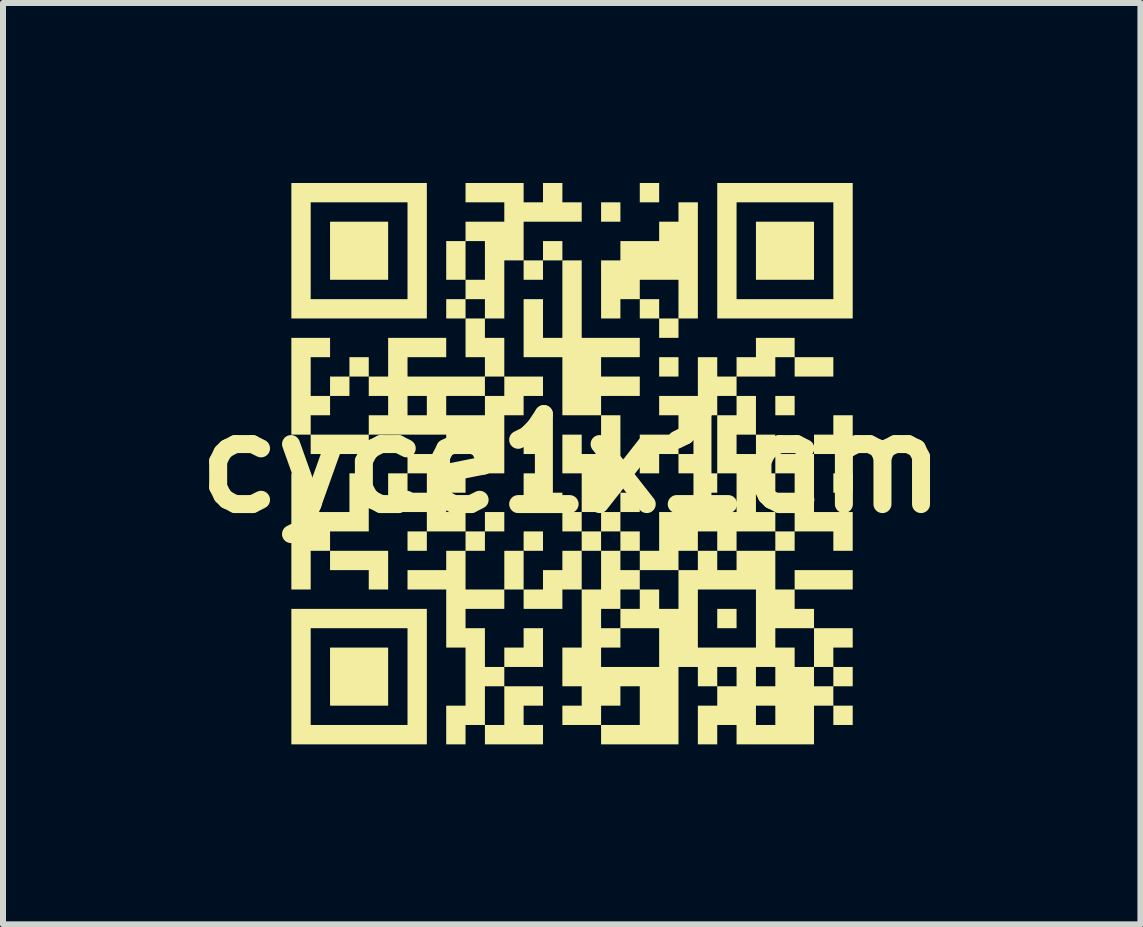
<source format=kicad_pcb>
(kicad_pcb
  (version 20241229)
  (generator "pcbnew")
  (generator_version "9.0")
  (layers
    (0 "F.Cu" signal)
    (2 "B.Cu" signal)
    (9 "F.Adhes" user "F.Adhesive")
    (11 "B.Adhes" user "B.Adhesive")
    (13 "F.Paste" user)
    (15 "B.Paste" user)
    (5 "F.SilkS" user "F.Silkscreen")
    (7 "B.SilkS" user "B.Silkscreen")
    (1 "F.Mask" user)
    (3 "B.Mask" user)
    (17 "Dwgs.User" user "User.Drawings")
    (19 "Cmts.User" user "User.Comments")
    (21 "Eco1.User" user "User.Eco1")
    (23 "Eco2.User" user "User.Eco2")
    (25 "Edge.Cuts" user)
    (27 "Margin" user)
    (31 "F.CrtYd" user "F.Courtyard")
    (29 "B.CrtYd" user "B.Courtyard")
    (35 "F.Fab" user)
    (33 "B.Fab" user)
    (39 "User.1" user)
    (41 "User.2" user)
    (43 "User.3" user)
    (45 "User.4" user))
  (footprint "cyce1x1cm"
    (layer "F.Cu")
    (at 6.479 4.673)
    (property "Reference" "cyce1x1cm" (at 0 0 0) (layer "F.SilkS") (effects (font (size 1.5 1.5) (thickness 0.3))))
    (attr board_only exclude_from_pos_files exclude_from_bom)
    (fp_poly (pts (xy -3.06 -3.544) (xy -3.06 -3.06) (xy -3.544 -3.06) (xy -4.028 -3.06) (xy -4.028 -3.544) (xy -4.028 -4.028) (xy -3.544 -4.028) (xy -3.06 -4.028)) (stroke (width 0) (type solid)) (fill yes) (layer "F.SilkS"))
    (fp_poly (pts (xy -3.06 3.554) (xy -3.06 4.038) (xy -3.544 4.038) (xy -4.028 4.038) (xy -4.028 3.554) (xy -4.028 3.07) (xy -3.544 3.07) (xy -3.06 3.07)) (stroke (width 0) (type solid)) (fill yes) (layer "F.SilkS"))
    (fp_poly (pts (xy -1.124 0.973) (xy -1.124 1.134) (xy -1.286 1.134) (xy -1.447 1.134) (xy -1.447 0.973) (xy -1.447 0.811) (xy -1.286 0.811) (xy -1.124 0.811)) (stroke (width 0) (type solid)) (fill yes) (layer "F.SilkS"))
    (fp_poly (pts (xy -0.479 -0.318) (xy -0.479 -0.156) (xy -0.64 -0.156) (xy -0.802 -0.156) (xy -0.802 -0.318) (xy -0.802 -0.479) (xy -0.64 -0.479) (xy -0.479 -0.479)) (stroke (width 0) (type solid)) (fill yes) (layer "F.SilkS"))
    (fp_poly (pts (xy -0.479 1.295) (xy -0.479 1.457) (xy -0.64 1.457) (xy -0.802 1.457) (xy -0.802 1.295) (xy -0.802 1.134) (xy -0.64 1.134) (xy -0.479 1.134)) (stroke (width 0) (type solid)) (fill yes) (layer "F.SilkS"))
    (fp_poly (pts (xy 0.166 0.973) (xy 0.166 1.134) (xy 0.005 1.134) (xy -0.156 1.134) (xy -0.156 0.973) (xy -0.156 0.811) (xy 0.005 0.811) (xy 0.166 0.811)) (stroke (width 0) (type solid)) (fill yes) (layer "F.SilkS"))
    (fp_poly (pts (xy 0.489 1.295) (xy 0.489 1.457) (xy 0.328 1.457) (xy 0.166 1.457) (xy 0.166 1.295) (xy 0.166 1.134) (xy 0.328 1.134) (xy 0.489 1.134)) (stroke (width 0) (type solid)) (fill yes) (layer "F.SilkS"))
    (fp_poly (pts (xy 0.811 -4.189) (xy 0.811 -4.028) (xy 0.65 -4.028) (xy 0.489 -4.028) (xy 0.489 -4.189) (xy 0.489 -4.351) (xy 0.65 -4.351) (xy 0.811 -4.351)) (stroke (width 0) (type solid)) (fill yes) (layer "F.SilkS"))
    (fp_poly (pts (xy 1.457 -4.512) (xy 1.457 -4.351) (xy 1.295 -4.351) (xy 1.134 -4.351) (xy 1.134 -4.512) (xy 1.134 -4.673) (xy 1.295 -4.673) (xy 1.457 -4.673)) (stroke (width 0) (type solid)) (fill yes) (layer "F.SilkS"))
    (fp_poly (pts (xy 1.779 -1.608) (xy 1.779 -1.447) (xy 1.618 -1.447) (xy 1.457 -1.447) (xy 1.457 -1.608) (xy 1.457 -1.77) (xy 1.618 -1.77) (xy 1.779 -1.77)) (stroke (width 0) (type solid)) (fill yes) (layer "F.SilkS"))
    (fp_poly (pts (xy 2.747 2.586) (xy 2.747 2.747) (xy 2.586 2.747) (xy 2.425 2.747) (xy 2.425 2.586) (xy 2.425 2.425) (xy 2.586 2.425) (xy 2.747 2.425)) (stroke (width 0) (type solid)) (fill yes) (layer "F.SilkS"))
    (fp_poly (pts (xy 3.715 -0.963) (xy 3.715 -0.802) (xy 3.554 -0.802) (xy 3.393 -0.802) (xy 3.393 -0.963) (xy 3.393 -1.124) (xy 3.554 -1.124) (xy 3.715 -1.124)) (stroke (width 0) (type solid)) (fill yes) (layer "F.SilkS"))
    (fp_poly (pts (xy 4.038 -3.544) (xy 4.038 -3.06) (xy 3.554 -3.06) (xy 3.07 -3.06) (xy 3.07 -3.544) (xy 3.07 -4.028) (xy 3.554 -4.028) (xy 4.038 -4.028)) (stroke (width 0) (type solid)) (fill yes) (layer "F.SilkS"))
    (fp_poly (pts (xy 4.36 -1.608) (xy 4.36 -1.447) (xy 4.038 -1.447) (xy 3.715 -1.447) (xy 3.715 -1.608) (xy 3.715 -1.77) (xy 4.038 -1.77) (xy 4.36 -1.77)) (stroke (width 0) (type solid)) (fill yes) (layer "F.SilkS"))
    (fp_poly (pts (xy 4.683 0.328) (xy 4.683 0.489) (xy 4.522 0.489) (xy 4.36 0.489) (xy 4.36 0.328) (xy 4.36 0.166) (xy 4.522 0.166) (xy 4.683 0.166)) (stroke (width 0) (type solid)) (fill yes) (layer "F.SilkS"))
    (fp_poly (pts (xy 4.683 4.199) (xy 4.683 4.36) (xy 4.522 4.36) (xy 4.36 4.36) (xy 4.36 4.199) (xy 4.36 4.038) (xy 4.522 4.038) (xy 4.683 4.038)) (stroke (width 0) (type solid)) (fill yes) (layer "F.SilkS"))
    (fp_poly (pts (xy -3.06 1.779) (xy -3.06 2.102) (xy -3.221 2.102) (xy -3.383 2.102) (xy -3.383 1.941) (xy -3.383 1.779) (xy -3.705 1.779) (xy -4.028 1.779) (xy -4.028 1.618) (xy -4.028 1.457) (xy -3.544 1.457) (xy -3.06 1.457)) (stroke (width 0) (type solid)) (fill yes) (layer "F.SilkS"))
    (fp_poly (pts (xy -0.479 0.328) (xy -0.479 0.489) (xy -0.318 0.489) (xy -0.156 0.489) (xy -0.156 0.65) (xy -0.156 0.811) (xy -0.479 0.811) (xy -0.802 0.811) (xy -0.802 0.489) (xy -0.802 0.166) (xy -0.64 0.166) (xy -0.479 0.166)) (stroke (width 0) (type solid)) (fill yes) (layer "F.SilkS"))
    (fp_poly (pts (xy 1.134 0.65) (xy 1.134 0.811) (xy 0.973 0.811) (xy 0.811 0.811) (xy 0.811 0.973) (xy 0.811 1.134) (xy 0.65 1.134) (xy 0.489 1.134) (xy 0.489 0.973) (xy 0.489 0.811) (xy 0.65 0.811) (xy 0.811 0.811) (xy 0.811 0.65) (xy 0.811 0.489) (xy 0.973 0.489) (xy 1.134 0.489)) (stroke (width 0) (type solid)) (fill yes) (layer "F.SilkS"))
    (fp_poly (pts (xy -2.415 -3.544) (xy -2.415 -2.415) (xy -3.544 -2.415) (xy -4.673 -2.415) (xy -4.673 -3.544) (xy -4.673 -4.351) (xy -4.351 -4.351) (xy -4.351 -3.544) (xy -4.351 -2.737) (xy -3.544 -2.737) (xy -2.737 -2.737) (xy -2.737 -3.544) (xy -2.737 -4.351) (xy -3.544 -4.351) (xy -4.351 -4.351) (xy -4.673 -4.351) (xy -4.673 -4.673) (xy -3.544 -4.673) (xy -2.415 -4.673)) (stroke (width 0) (type solid)) (fill yes) (layer "F.SilkS"))
    (fp_poly (pts (xy -2.415 3.554) (xy -2.415 4.683) (xy -3.544 4.683) (xy -4.673 4.683) (xy -4.673 3.554) (xy -4.673 2.747) (xy -4.351 2.747) (xy -4.351 3.554) (xy -4.351 4.36) (xy -3.544 4.36) (xy -2.737 4.36) (xy -2.737 3.554) (xy -2.737 2.747) (xy -3.544 2.747) (xy -4.351 2.747) (xy -4.673 2.747) (xy -4.673 2.425) (xy -3.544 2.425) (xy -2.415 2.425)) (stroke (width 0) (type solid)) (fill yes) (layer "F.SilkS"))
    (fp_poly (pts (xy 4.683 -3.544) (xy 4.683 -2.415) (xy 3.554 -2.415) (xy 2.425 -2.415) (xy 2.425 -3.544) (xy 2.425 -4.351) (xy 2.747 -4.351) (xy 2.747 -3.544) (xy 2.747 -2.737) (xy 3.554 -2.737) (xy 4.36 -2.737) (xy 4.36 -3.544) (xy 4.36 -4.351) (xy 3.554 -4.351) (xy 2.747 -4.351) (xy 2.425 -4.351) (xy 2.425 -4.673) (xy 3.554 -4.673) (xy 4.683 -4.673)) (stroke (width 0) (type solid)) (fill yes) (layer "F.SilkS"))
    (fp_poly (pts (xy -4.351 0.489) (xy -4.351 0.811) (xy -4.028 0.811) (xy -3.705 0.811) (xy -3.705 0.489) (xy -3.705 0.166) (xy -3.544 0.166) (xy -3.383 0.166) (xy -3.383 0.65) (xy -3.383 1.134) (xy -3.705 1.134) (xy -4.028 1.134) (xy -4.028 1.295) (xy -4.028 1.457) (xy -4.189 1.457) (xy -4.351 1.457) (xy -4.351 1.779) (xy -4.351 2.102) (xy -4.512 2.102) (xy -4.673 2.102) (xy -4.673 1.134) (xy -4.673 0.166) (xy -4.512 0.166) (xy -4.351 0.166)) (stroke (width 0) (type solid)) (fill yes) (layer "F.SilkS"))
    (fp_poly (pts (xy 0.811 -0.156) (xy 0.811 0.489) (xy 0.65 0.489) (xy 0.489 0.489) (xy 0.489 0.65) (xy 0.489 0.811) (xy 0.328 0.811) (xy 0.166 0.811) (xy 0.166 0.489) (xy 0.166 0.166) (xy 0.005 0.166) (xy -0.156 0.166) (xy -0.156 -0.156) (xy -0.156 -0.479) (xy 0.005 -0.479) (xy 0.166 -0.479) (xy 0.166 -0.318) (xy 0.166 -0.156) (xy 0.328 -0.156) (xy 0.489 -0.156) (xy 0.489 -0.479) (xy 0.489 -0.802) (xy 0.65 -0.802) (xy 0.811 -0.802)) (stroke (width 0) (type solid)) (fill yes) (layer "F.SilkS"))
    (fp_poly (pts (xy 0.166 -2.737) (xy 0.166 -2.092) (xy 0.65 -2.092) (xy 1.134 -2.092) (xy 1.134 -1.931) (xy 1.134 -1.77) (xy 0.811 -1.77) (xy 0.489 -1.77) (xy 0.489 -1.608) (xy 0.489 -1.447) (xy 0.811 -1.447) (xy 1.134 -1.447) (xy 1.134 -1.286) (xy 1.134 -1.124) (xy 0.811 -1.124) (xy 0.489 -1.124) (xy 0.489 -0.963) (xy 0.489 -0.802) (xy 0.166 -0.802) (xy -0.156 -0.802) (xy -0.156 -1.286) (xy -0.156 -1.77) (xy -0.479 -1.77) (xy -0.802 -1.77) (xy -0.802 -2.254) (xy -0.802 -2.737) (xy -0.64 -2.737) (xy -0.479 -2.737) (xy -0.479 -2.415) (xy -0.479 -2.092) (xy -0.318 -2.092) (xy -0.156 -2.092) (xy -0.156 -2.737) (xy -0.156 -3.383) (xy 0.005 -3.383) (xy 0.166 -3.383)) (stroke (width 0) (type solid)) (fill yes) (layer "F.SilkS"))
    (fp_poly (pts (xy 2.102 -3.383) (xy 2.102 -2.415) (xy 1.941 -2.415) (xy 1.779 -2.415) (xy 1.779 -2.254) (xy 1.779 -2.092) (xy 1.618 -2.092) (xy 1.457 -2.092) (xy 1.457 -2.254) (xy 1.457 -2.415) (xy 1.295 -2.415) (xy 1.134 -2.415) (xy 1.134 -2.576) (xy 1.134 -2.737) (xy 1.295 -2.737) (xy 1.457 -2.737) (xy 1.457 -2.576) (xy 1.457 -2.415) (xy 1.618 -2.415) (xy 1.779 -2.415) (xy 1.779 -2.737) (xy 1.779 -3.06) (xy 1.457 -3.06) (xy 1.134 -3.06) (xy 1.134 -2.899) (xy 1.134 -2.737) (xy 0.973 -2.737) (xy 0.811 -2.737) (xy 0.811 -2.576) (xy 0.811 -2.415) (xy 0.65 -2.415) (xy 0.489 -2.415) (xy 0.489 -2.899) (xy 0.489 -3.383) (xy 0.65 -3.383) (xy 0.811 -3.383) (xy 0.811 -3.544) (xy 0.811 -3.705) (xy 1.134 -3.705) (xy 1.457 -3.705) (xy 1.457 -3.867) (xy 1.457 -4.028) (xy 1.618 -4.028) (xy 1.779 -4.028) (xy 1.779 -4.189) (xy 1.779 -4.351) (xy 1.941 -4.351) (xy 2.102 -4.351)) (stroke (width 0) (type solid)) (fill yes) (layer "F.SilkS"))
    (fp_poly (pts (xy 3.715 -1.931) (xy 3.715 -1.77) (xy 3.554 -1.77) (xy 3.393 -1.77) (xy 3.393 -1.608) (xy 3.393 -1.447) (xy 3.07 -1.447) (xy 2.747 -1.447) (xy 2.747 -1.286) (xy 2.747 -1.124) (xy 2.586 -1.124) (xy 2.425 -1.124) (xy 2.425 -0.963) (xy 2.425 -0.802) (xy 2.263 -0.802) (xy 2.102 -0.802) (xy 2.102 -0.64) (xy 2.102 -0.479) (xy 1.941 -0.479) (xy 1.779 -0.479) (xy 1.779 -0.318) (xy 1.779 -0.156) (xy 1.618 -0.156) (xy 1.457 -0.156) (xy 1.457 0.005) (xy 1.457 0.166) (xy 1.295 0.166) (xy 1.134 0.166) (xy 1.134 -0.156) (xy 1.134 -0.479) (xy 1.457 -0.479) (xy 1.779 -0.479) (xy 1.779 -0.64) (xy 1.779 -0.802) (xy 1.618 -0.802) (xy 1.457 -0.802) (xy 1.457 -0.963) (xy 1.457 -1.124) (xy 1.779 -1.124) (xy 2.102 -1.124) (xy 2.102 -1.447) (xy 2.102 -1.77) (xy 2.263 -1.77) (xy 2.425 -1.77) (xy 2.425 -1.608) (xy 2.425 -1.447) (xy 2.586 -1.447) (xy 2.747 -1.447) (xy 2.747 -1.608) (xy 2.747 -1.77) (xy 2.909 -1.77) (xy 3.07 -1.77) (xy 3.07 -1.931) (xy 3.07 -2.092) (xy 3.393 -2.092) (xy 3.715 -2.092)) (stroke (width 0) (type solid)) (fill yes) (layer "F.SilkS"))
    (fp_poly (pts (xy -0.802 -4.512) (xy -0.802 -4.351) (xy -0.64 -4.351) (xy -0.479 -4.351) (xy -0.479 -4.512) (xy -0.479 -4.673) (xy -0.318 -4.673) (xy -0.156 -4.673) (xy -0.156 -4.512) (xy -0.156 -4.351) (xy 0.005 -4.351) (xy 0.166 -4.351) (xy 0.166 -4.189) (xy 0.166 -4.028) (xy -0.318 -4.028) (xy -0.802 -4.028) (xy -0.802 -3.705) (xy -0.802 -3.383) (xy -0.64 -3.383) (xy -0.479 -3.383) (xy -0.479 -3.544) (xy -0.479 -3.705) (xy -0.318 -3.705) (xy -0.156 -3.705) (xy -0.156 -3.544) (xy -0.156 -3.383) (xy -0.318 -3.383) (xy -0.479 -3.383) (xy -0.479 -3.221) (xy -0.479 -3.06) (xy -0.64 -3.06) (xy -0.802 -3.06) (xy -0.802 -3.221) (xy -0.802 -3.383) (xy -0.963 -3.383) (xy -1.124 -3.383) (xy -1.124 -2.899) (xy -1.124 -2.415) (xy -1.286 -2.415) (xy -1.447 -2.415) (xy -1.447 -2.576) (xy -1.447 -2.737) (xy -1.608 -2.737) (xy -1.77 -2.737) (xy -1.77 -2.576) (xy -1.77 -2.415) (xy -1.931 -2.415) (xy -2.092 -2.415) (xy -2.092 -2.576) (xy -2.092 -2.737) (xy -1.931 -2.737) (xy -1.77 -2.737) (xy -1.77 -2.899) (xy -1.77 -3.06) (xy -1.931 -3.06) (xy -2.092 -3.06) (xy -2.092 -3.383) (xy -2.092 -3.705) (xy -1.931 -3.705) (xy -1.77 -3.705) (xy -1.77 -3.383) (xy -1.77 -3.06) (xy -1.608 -3.06) (xy -1.447 -3.06) (xy -1.447 -3.383) (xy -1.447 -3.705) (xy -1.608 -3.705) (xy -1.77 -3.705) (xy -1.77 -3.867) (xy -1.77 -4.028) (xy -1.447 -4.028) (xy -1.124 -4.028) (xy -1.124 -4.189) (xy -1.124 -4.351) (xy -1.447 -4.351) (xy -1.77 -4.351) (xy -1.77 -4.512) (xy -1.77 -4.673) (xy -1.286 -4.673) (xy -0.802 -4.673)) (stroke (width 0) (type solid)) (fill yes) (layer "F.SilkS"))
    (fp_poly (pts (xy -1.447 -2.254) (xy -1.447 -2.092) (xy -1.286 -2.092) (xy -1.124 -2.092) (xy -1.124 -1.77) (xy -1.124 -1.447) (xy -1.286 -1.447) (xy -1.447 -1.447) (xy -1.447 -1.286) (xy -1.447 -1.124) (xy -1.77 -1.124) (xy -2.092 -1.124) (xy -2.092 -0.963) (xy -2.092 -0.802) (xy -1.77 -0.802) (xy -1.447 -0.802) (xy -1.447 -0.963) (xy -1.447 -1.124) (xy -1.286 -1.124) (xy -1.124 -1.124) (xy -1.124 -1.286) (xy -1.124 -1.447) (xy -0.802 -1.447) (xy -0.479 -1.447) (xy -0.479 -1.286) (xy -0.479 -1.124) (xy -0.64 -1.124) (xy -0.802 -1.124) (xy -0.802 -0.963) (xy -0.802 -0.802) (xy -0.963 -0.802) (xy -1.124 -0.802) (xy -1.124 -0.318) (xy -1.124 0.166) (xy -1.286 0.166) (xy -1.447 0.166) (xy -1.447 0.005) (xy -1.447 -0.156) (xy -1.77 -0.156) (xy -2.092 -0.156) (xy -2.092 0.005) (xy -2.092 0.166) (xy -1.931 0.166) (xy -1.77 0.166) (xy -1.77 0.328) (xy -1.77 0.489) (xy -1.931 0.489) (xy -2.092 0.489) (xy -2.092 0.65) (xy -2.092 0.811) (xy -1.931 0.811) (xy -1.77 0.811) (xy -1.77 0.973) (xy -1.77 1.134) (xy -2.092 1.134) (xy -2.415 1.134) (xy -2.415 1.295) (xy -2.415 1.457) (xy -2.576 1.457) (xy -2.737 1.457) (xy -2.737 1.295) (xy -2.737 1.134) (xy -2.576 1.134) (xy -2.415 1.134) (xy -2.415 0.973) (xy -2.415 0.811) (xy -2.737 0.811) (xy -3.06 0.811) (xy -3.06 0.489) (xy -3.06 0.166) (xy -2.899 0.166) (xy -2.737 0.166) (xy -2.737 0.328) (xy -2.737 0.489) (xy -2.576 0.489) (xy -2.415 0.489) (xy -2.415 0.328) (xy -2.415 0.166) (xy -2.576 0.166) (xy -2.737 0.166) (xy -2.737 0.005) (xy -2.737 -0.156) (xy -2.415 -0.156) (xy -2.092 -0.156) (xy -2.092 -0.318) (xy -2.092 -0.479) (xy -2.737 -0.479) (xy -3.383 -0.479) (xy -3.383 -0.318) (xy -3.383 -0.156) (xy -3.867 -0.156) (xy -4.351 -0.156) (xy -4.351 -0.318) (xy -4.351 -0.479) (xy -3.867 -0.479) (xy -3.383 -0.479) (xy -3.383 -0.64) (xy -3.383 -0.802) (xy -3.221 -0.802) (xy -3.06 -0.802) (xy -3.06 -0.963) (xy -3.06 -1.124) (xy -2.737 -1.124) (xy -2.737 -0.963) (xy -2.737 -0.802) (xy -2.576 -0.802) (xy -2.415 -0.802) (xy -2.415 -0.963) (xy -2.415 -1.124) (xy -2.576 -1.124) (xy -2.737 -1.124) (xy -3.06 -1.124) (xy -3.221 -1.124) (xy -3.383 -1.124) (xy -3.383 -1.286) (xy -3.383 -1.447) (xy -3.544 -1.447) (xy -3.705 -1.447) (xy -3.705 -1.286) (xy -3.705 -1.124) (xy -3.867 -1.124) (xy -4.028 -1.124) (xy -4.028 -0.963) (xy -4.028 -0.802) (xy -4.189 -0.802) (xy -4.351 -0.802) (xy -4.351 -0.64) (xy -4.351 -0.479) (xy -4.512 -0.479) (xy -4.673 -0.479) (xy -4.673 -1.286) (xy -4.673 -2.092) (xy -4.351 -2.092) (xy -4.028 -2.092) (xy -4.028 -1.931) (xy -4.028 -1.77) (xy -4.189 -1.77) (xy -4.351 -1.77) (xy -4.351 -1.447) (xy -4.351 -1.124) (xy -4.189 -1.124) (xy -4.028 -1.124) (xy -4.028 -1.286) (xy -4.028 -1.447) (xy -3.867 -1.447) (xy -3.705 -1.447) (xy -3.705 -1.608) (xy -3.705 -1.77) (xy -3.544 -1.77) (xy -3.383 -1.77) (xy -3.383 -1.608) (xy -3.383 -1.447) (xy -3.221 -1.447) (xy -3.06 -1.447) (xy -3.06 -1.77) (xy -3.06 -2.092) (xy -2.576 -2.092) (xy -2.092 -2.092) (xy -2.092 -1.931) (xy -2.092 -1.77) (xy -2.415 -1.77) (xy -2.737 -1.77) (xy -2.737 -1.608) (xy -2.737 -1.447) (xy -2.092 -1.447) (xy -1.447 -1.447) (xy -1.447 -1.608) (xy -1.447 -1.77) (xy -1.608 -1.77) (xy -1.77 -1.77) (xy -1.77 -2.092) (xy -1.77 -2.415) (xy -1.608 -2.415) (xy -1.447 -2.415)) (stroke (width 0) (type solid)) (fill yes) (layer "F.SilkS"))
    (fp_poly (pts (xy 3.07 -0.802) (xy 3.07 -0.479) (xy 2.909 -0.479) (xy 2.747 -0.479) (xy 2.747 -0.318) (xy 2.747 -0.156) (xy 2.909 -0.156) (xy 3.07 -0.156) (xy 3.07 0.005) (xy 3.07 0.166) (xy 3.231 0.166) (xy 3.393 0.166) (xy 3.393 0.005) (xy 3.393 -0.156) (xy 3.231 -0.156) (xy 3.07 -0.156) (xy 3.07 -0.318) (xy 3.07 -0.479) (xy 3.231 -0.479) (xy 3.393 -0.479) (xy 3.393 -0.318) (xy 3.393 -0.156) (xy 3.715 -0.156) (xy 4.038 -0.156) (xy 4.038 -0.318) (xy 4.038 -0.479) (xy 4.199 -0.479) (xy 4.36 -0.479) (xy 4.36 -0.64) (xy 4.36 -0.802) (xy 4.522 -0.802) (xy 4.683 -0.802) (xy 4.683 -0.479) (xy 4.683 -0.156) (xy 4.36 -0.156) (xy 4.038 -0.156) (xy 4.038 0.328) (xy 4.038 0.811) (xy 4.36 0.811) (xy 4.683 0.811) (xy 4.683 1.134) (xy 4.683 1.457) (xy 4.522 1.457) (xy 4.36 1.457) (xy 4.36 1.295) (xy 4.36 1.134) (xy 4.038 1.134) (xy 3.715 1.134) (xy 3.715 1.295) (xy 3.715 1.457) (xy 3.554 1.457) (xy 3.393 1.457) (xy 3.393 1.779) (xy 3.393 2.102) (xy 3.554 2.102) (xy 3.715 2.102) (xy 3.715 1.941) (xy 3.715 1.779) (xy 4.199 1.779) (xy 4.683 1.779) (xy 4.683 1.941) (xy 4.683 2.102) (xy 4.199 2.102) (xy 3.715 2.102) (xy 3.715 2.263) (xy 3.715 2.425) (xy 3.876 2.425) (xy 4.038 2.425) (xy 4.038 2.586) (xy 4.038 2.747) (xy 3.715 2.747) (xy 3.393 2.747) (xy 3.393 2.909) (xy 3.393 3.07) (xy 3.554 3.07) (xy 3.715 3.07) (xy 3.715 3.231) (xy 3.715 3.393) (xy 3.876 3.393) (xy 4.038 3.393) (xy 4.038 3.07) (xy 4.038 2.747) (xy 4.36 2.747) (xy 4.683 2.747) (xy 4.683 2.909) (xy 4.683 3.07) (xy 4.522 3.07) (xy 4.36 3.07) (xy 4.36 3.231) (xy 4.36 3.393) (xy 4.199 3.393) (xy 4.038 3.393) (xy 4.038 3.554) (xy 4.038 3.715) (xy 4.199 3.715) (xy 4.36 3.715) (xy 4.36 3.554) (xy 4.36 3.393) (xy 4.522 3.393) (xy 4.683 3.393) (xy 4.683 3.554) (xy 4.683 3.715) (xy 4.522 3.715) (xy 4.36 3.715) (xy 4.36 3.876) (xy 4.36 4.038) (xy 4.199 4.038) (xy 4.038 4.038) (xy 4.038 4.36) (xy 4.038 4.683) (xy 3.393 4.683) (xy 2.747 4.683) (xy 2.747 4.522) (xy 2.747 4.36) (xy 2.586 4.36) (xy 2.425 4.36) (xy 2.425 4.522) (xy 2.425 4.683) (xy 2.263 4.683) (xy 2.102 4.683) (xy 2.102 4.36) (xy 2.102 4.038) (xy 2.263 4.038) (xy 2.425 4.038) (xy 3.07 4.038) (xy 3.07 4.199) (xy 3.07 4.36) (xy 3.231 4.36) (xy 3.393 4.36) (xy 3.393 4.199) (xy 3.393 4.038) (xy 3.231 4.038) (xy 3.07 4.038) (xy 2.425 4.038) (xy 2.425 3.876) (xy 2.425 3.715) (xy 2.263 3.715) (xy 2.102 3.715) (xy 2.102 3.554) (xy 2.102 3.393) (xy 2.425 3.393) (xy 2.425 3.554) (xy 2.425 3.715) (xy 2.586 3.715) (xy 2.747 3.715) (xy 2.747 3.554) (xy 2.747 3.393) (xy 3.07 3.393) (xy 3.07 3.554) (xy 3.07 3.715) (xy 3.231 3.715) (xy 3.393 3.715) (xy 3.393 3.554) (xy 3.393 3.393) (xy 3.231 3.393) (xy 3.07 3.393) (xy 2.747 3.393) (xy 2.586 3.393) (xy 2.425 3.393) (xy 2.102 3.393) (xy 1.941 3.393) (xy 1.779 3.393) (xy 1.779 4.038) (xy 1.779 4.683) (xy 1.134 4.683) (xy 0.489 4.683) (xy 0.489 4.522) (xy 0.489 4.36) (xy 0.811 4.36) (xy 1.134 4.36) (xy 1.134 4.038) (xy 1.134 3.715) (xy 0.973 3.715) (xy 0.811 3.715) (xy 0.811 3.876) (xy 0.811 4.038) (xy 0.65 4.038) (xy 0.489 4.038) (xy 0.489 4.199) (xy 0.489 4.36) (xy 0.166 4.36) (xy -0.156 4.36) (xy -0.156 4.199) (xy -0.156 4.038) (xy 0.005 4.038) (xy 0.166 4.038) (xy 0.166 3.876) (xy 0.166 3.715) (xy 0.005 3.715) (xy -0.156 3.715) (xy -0.156 3.393) (xy 0.489 3.393) (xy 0.973 3.393) (xy 1.457 3.393) (xy 1.457 3.07) (xy 1.457 2.747) (xy 1.134 2.747) (xy 0.811 2.747) (xy 0.811 2.909) (xy 0.811 3.07) (xy 0.65 3.07) (xy 0.489 3.07) (xy 0.489 3.231) (xy 0.489 3.393) (xy -0.156 3.393) (xy -0.156 3.07) (xy 0.005 3.07) (xy 0.166 3.07) (xy 0.166 2.747) (xy 0.489 2.747) (xy 0.65 2.747) (xy 0.811 2.747) (xy 0.811 2.586) (xy 0.811 2.425) (xy 0.973 2.425) (xy 1.134 2.425) (xy 1.134 2.263) (xy 1.134 2.102) (xy 1.295 2.102) (xy 1.457 2.102) (xy 1.457 2.263) (xy 1.457 2.425) (xy 1.618 2.425) (xy 1.779 2.425) (xy 1.779 2.102) (xy 2.102 2.102) (xy 2.102 2.586) (xy 2.102 3.07) (xy 2.586 3.07) (xy 3.07 3.07) (xy 3.07 2.586) (xy 3.07 2.102) (xy 2.586 2.102) (xy 2.102 2.102) (xy 1.779 2.102) (xy 1.779 1.779) (xy 1.941 1.779) (xy 2.102 1.779) (xy 2.102 1.618) (xy 2.102 1.457) (xy 2.263 1.457) (xy 2.425 1.457) (xy 2.425 1.618) (xy 2.425 1.779) (xy 2.586 1.779) (xy 2.747 1.779) (xy 2.747 1.618) (xy 2.747 1.457) (xy 3.07 1.457) (xy 3.393 1.457) (xy 3.393 1.295) (xy 3.393 1.134) (xy 3.554 1.134) (xy 3.715 1.134) (xy 3.715 0.973) (xy 3.715 0.811) (xy 3.554 0.811) (xy 3.393 0.811) (xy 3.393 0.973) (xy 3.393 1.134) (xy 3.07 1.134) (xy 2.747 1.134) (xy 2.747 1.295) (xy 2.747 1.457) (xy 2.586 1.457) (xy 2.425 1.457) (xy 2.425 1.295) (xy 2.425 1.134) (xy 2.263 1.134) (xy 2.102 1.134) (xy 2.102 1.295) (xy 2.102 1.457) (xy 1.941 1.457) (xy 1.779 1.457) (xy 1.779 1.618) (xy 1.779 1.779) (xy 1.457 1.779) (xy 1.134 1.779) (xy 1.134 1.618) (xy 1.134 1.457) (xy 0.973 1.457) (xy 0.811 1.457) (xy 0.811 1.618) (xy 0.811 1.779) (xy 0.973 1.779) (xy 1.134 1.779) (xy 1.134 1.941) (xy 1.134 2.102) (xy 0.973 2.102) (xy 0.811 2.102) (xy 0.811 2.263) (xy 0.811 2.425) (xy 0.65 2.425) (xy 0.489 2.425) (xy 0.489 2.586) (xy 0.489 2.747) (xy 0.166 2.747) (xy 0.166 2.586) (xy 0.166 2.102) (xy 0.005 2.102) (xy -0.156 2.102) (xy -0.156 2.263) (xy -0.156 2.425) (xy -0.479 2.425) (xy -0.802 2.425) (xy -0.802 2.263) (xy -0.802 2.102) (xy -0.963 2.102) (xy -1.124 2.102) (xy -1.124 2.263) (xy -1.124 2.425) (xy -1.447 2.425) (xy -1.77 2.425) (xy -1.77 2.586) (xy -1.77 2.747) (xy -1.608 2.747) (xy -1.447 2.747) (xy -1.447 3.07) (xy -1.447 3.393) (xy -1.286 3.393) (xy -1.124 3.393) (xy -1.124 3.231) (xy -1.124 3.07) (xy -0.963 3.07) (xy -0.802 3.07) (xy -0.802 2.909) (xy -0.802 2.747) (xy -0.64 2.747) (xy -0.479 2.747) (xy -0.479 3.07) (xy -0.479 3.393) (xy -0.802 3.393) (xy -1.124 3.393) (xy -1.124 3.554) (xy -1.124 3.715) (xy -1.286 3.715) (xy -1.447 3.715) (xy -1.447 4.038) (xy -1.447 4.36) (xy -1.286 4.36) (xy -1.124 4.36) (xy -1.124 4.038) (xy -1.124 3.715) (xy -0.802 3.715) (xy -0.479 3.715) (xy -0.479 3.876) (xy -0.479 4.038) (xy -0.64 4.038) (xy -0.802 4.038) (xy -0.802 4.199) (xy -0.802 4.36) (xy -0.64 4.36) (xy -0.479 4.36) (xy -0.479 4.522) (xy -0.479 4.683) (xy -0.963 4.683) (xy -1.447 4.683) (xy -1.447 4.522) (xy -1.447 4.36) (xy -1.608 4.36) (xy -1.77 4.36) (xy -1.77 4.522) (xy -1.77 4.683) (xy -1.931 4.683) (xy -2.092 4.683) (xy -2.092 4.36) (xy -2.092 4.038) (xy -1.931 4.038) (xy -1.77 4.038) (xy -1.77 3.554) (xy -1.77 3.07) (xy -1.931 3.07) (xy -2.092 3.07) (xy -2.092 2.586) (xy -2.092 2.102) (xy -2.415 2.102) (xy -2.737 2.102) (xy -2.737 1.941) (xy -2.737 1.779) (xy -2.415 1.779) (xy -2.092 1.779) (xy -2.092 1.618) (xy -2.092 1.457) (xy -1.931 1.457) (xy -1.77 1.457) (xy -1.77 1.295) (xy -1.77 1.134) (xy -1.608 1.134) (xy -1.447 1.134) (xy -1.447 1.295) (xy -1.447 1.457) (xy -1.608 1.457) (xy -1.77 1.457) (xy -1.77 1.779) (xy -1.77 2.102) (xy -1.447 2.102) (xy -1.124 2.102) (xy -1.124 1.779) (xy -1.124 1.457) (xy -0.963 1.457) (xy -0.802 1.457) (xy -0.802 1.779) (xy -0.802 2.102) (xy -0.64 2.102) (xy -0.479 2.102) (xy -0.479 1.941) (xy -0.479 1.779) (xy -0.318 1.779) (xy -0.156 1.779) (xy -0.156 1.618) (xy -0.156 1.457) (xy 0.005 1.457) (xy 0.166 1.457) (xy 0.166 1.779) (xy 0.166 2.102) (xy 0.328 2.102) (xy 0.489 2.102) (xy 0.489 1.779) (xy 0.489 1.457) (xy 0.65 1.457) (xy 0.811 1.457) (xy 0.811 1.295) (xy 0.811 1.134) (xy 0.973 1.134) (xy 1.134 1.134) (xy 1.134 1.295) (xy 1.134 1.457) (xy 1.295 1.457) (xy 1.457 1.457) (xy 1.457 1.134) (xy 1.457 0.811) (xy 2.102 0.811) (xy 2.747 0.811) (xy 3.07 0.811) (xy 3.231 0.811) (xy 3.393 0.811) (xy 3.393 0.65) (xy 3.393 0.489) (xy 3.554 0.489) (xy 3.715 0.489) (xy 3.715 0.328) (xy 3.715 0.166) (xy 3.554 0.166) (xy 3.393 0.166) (xy 3.393 0.328) (xy 3.393 0.489) (xy 3.231 0.489) (xy 3.07 0.489) (xy 3.07 0.65) (xy 3.07 0.811) (xy 2.747 0.811) (xy 2.747 0.489) (xy 2.747 0.166) (xy 2.586 0.166) (xy 2.425 0.166) (xy 2.425 0.328) (xy 2.425 0.489) (xy 2.263 0.489) (xy 2.102 0.489) (xy 2.102 0.328) (xy 2.102 0.166) (xy 1.941 0.166) (xy 1.779 0.166) (xy 1.779 0.005) (xy 1.779 -0.156) (xy 1.941 -0.156) (xy 2.102 -0.156) (xy 2.102 0.005) (xy 2.102 0.166) (xy 2.263 0.166) (xy 2.425 0.166) (xy 2.425 -0.318) (xy 2.425 -0.802) (xy 2.586 -0.802) (xy 2.747 -0.802) (xy 2.747 -0.963) (xy 2.747 -1.124) (xy 2.909 -1.124) (xy 3.07 -1.124)) (stroke (width 0) (type solid)) (fill yes) (layer "F.SilkS")))
  (gr_rect
    (start -3 -3)
    (end 15.957 12.356)
    (stroke (width 0.1) (type default))
    (fill no)
    (layer "Edge.Cuts")))
</source>
